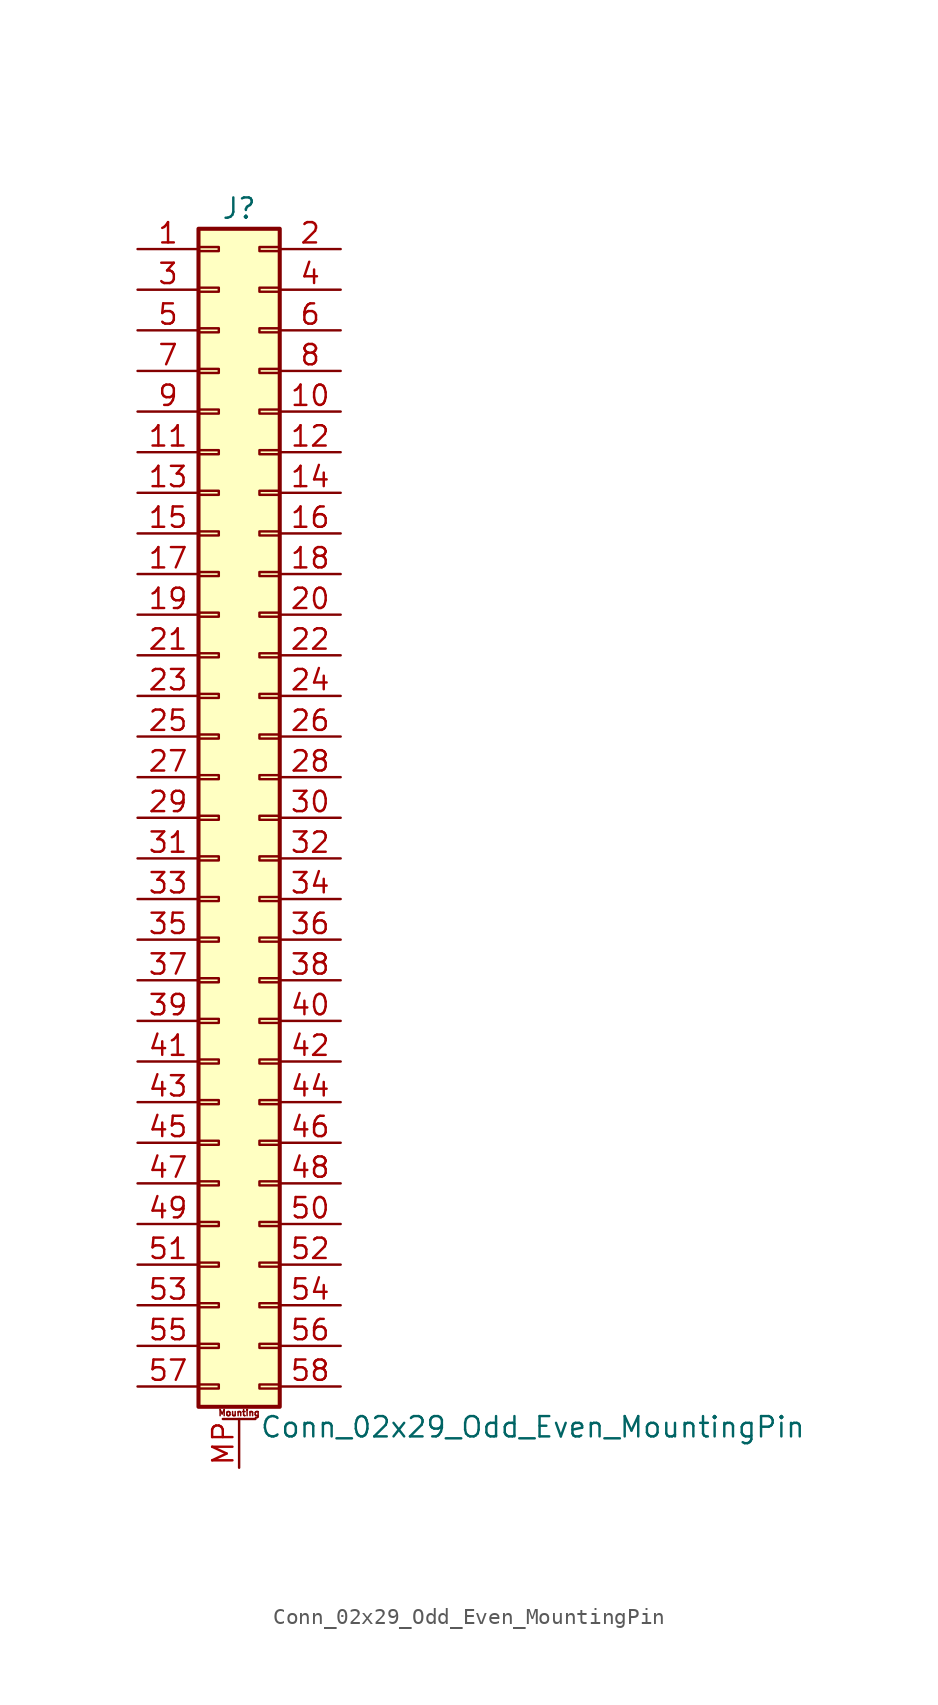
<source format=kicad_sym>
(kicad_symbol_lib
  (version 20201005)
  (generator kicad_symbol_editor)
  (symbol "Conn_02x29_Odd_Even_MountingPin"
    (pin_names
      (offset 1.016) hide)
    (property "Reference" "J"
      (at 1.27 38.1 0)
      (effects (font (size 1.27 1.27))))
    (property "Value" "Conn_02x29_Odd_Even_MountingPin"
      (at 2.54 -38.1 0)
      (effects (font (size 1.27 1.27)) (justify left)))
    (symbol "Conn_02x29_Odd_Even_MountingPin_1_1"
      (text "Mounting" (at 1.27 -37.211 0) (effects (font (size 0.381 0.381))))
      (rectangle (start -1.27 -35.433) (end 0 -35.687) (stroke (width 0.152)) (fill (type none)))
      (rectangle (start -1.27 -32.893) (end 0 -33.147) (stroke (width 0.152)) (fill (type none)))
      (rectangle (start -1.27 -30.353) (end 0 -30.607) (stroke (width 0.152)) (fill (type none)))
      (rectangle (start -1.27 -27.813) (end 0 -28.067) (stroke (width 0.152)) (fill (type none)))
      (rectangle (start -1.27 -25.273) (end 0 -25.527) (stroke (width 0.152)) (fill (type none)))
      (rectangle (start -1.27 -22.733) (end 0 -22.987) (stroke (width 0.152)) (fill (type none)))
      (rectangle (start -1.27 -20.193) (end 0 -20.447) (stroke (width 0.152)) (fill (type none)))
      (rectangle (start -1.27 -17.653) (end 0 -17.907) (stroke (width 0.152)) (fill (type none)))
      (rectangle (start -1.27 -15.113) (end 0 -15.367) (stroke (width 0.152)) (fill (type none)))
      (rectangle (start -1.27 -12.573) (end 0 -12.827) (stroke (width 0.152)) (fill (type none)))
      (rectangle (start -1.27 -10.033) (end 0 -10.287) (stroke (width 0.152)) (fill (type none)))
      (rectangle (start -1.27 -7.493) (end 0 -7.747) (stroke (width 0.152)) (fill (type none)))
      (rectangle (start -1.27 -4.953) (end 0 -5.207) (stroke (width 0.152)) (fill (type none)))
      (rectangle (start -1.27 -2.413) (end 0 -2.667) (stroke (width 0.152)) (fill (type none)))
      (rectangle (start -1.27 0.127) (end 0 -0.127) (stroke (width 0.152)) (fill (type none)))
      (rectangle (start -1.27 2.667) (end 0 2.413) (stroke (width 0.152)) (fill (type none)))
      (rectangle (start -1.27 5.207) (end 0 4.953) (stroke (width 0.152)) (fill (type none)))
      (rectangle (start -1.27 7.747) (end 0 7.493) (stroke (width 0.152)) (fill (type none)))
      (rectangle (start -1.27 10.287) (end 0 10.033) (stroke (width 0.152)) (fill (type none)))
      (rectangle (start -1.27 12.827) (end 0 12.573) (stroke (width 0.152)) (fill (type none)))
      (rectangle (start -1.27 15.367) (end 0 15.113) (stroke (width 0.152)) (fill (type none)))
      (rectangle (start -1.27 17.907) (end 0 17.653) (stroke (width 0.152)) (fill (type none)))
      (rectangle (start -1.27 20.447) (end 0 20.193) (stroke (width 0.152)) (fill (type none)))
      (rectangle (start -1.27 22.987) (end 0 22.733) (stroke (width 0.152)) (fill (type none)))
      (rectangle (start -1.27 25.527) (end 0 25.273) (stroke (width 0.152)) (fill (type none)))
      (rectangle (start -1.27 28.067) (end 0 27.813) (stroke (width 0.152)) (fill (type none)))
      (rectangle (start -1.27 30.607) (end 0 30.353) (stroke (width 0.152)) (fill (type none)))
      (rectangle (start -1.27 33.147) (end 0 32.893) (stroke (width 0.152)) (fill (type none)))
      (rectangle (start -1.27 35.687) (end 0 35.433) (stroke (width 0.152)) (fill (type none)))
      (rectangle (start -1.27 36.83) (end 3.81 -36.83) (stroke (width 0.254)) (fill (type background)))
      (rectangle (start 3.81 -35.433) (end 2.54 -35.687) (stroke (width 0.152)) (fill (type none)))
      (rectangle (start 3.81 -32.893) (end 2.54 -33.147) (stroke (width 0.152)) (fill (type none)))
      (rectangle (start 3.81 -30.353) (end 2.54 -30.607) (stroke (width 0.152)) (fill (type none)))
      (rectangle (start 3.81 -27.813) (end 2.54 -28.067) (stroke (width 0.152)) (fill (type none)))
      (rectangle (start 3.81 -25.273) (end 2.54 -25.527) (stroke (width 0.152)) (fill (type none)))
      (rectangle (start 3.81 -22.733) (end 2.54 -22.987) (stroke (width 0.152)) (fill (type none)))
      (rectangle (start 3.81 -20.193) (end 2.54 -20.447) (stroke (width 0.152)) (fill (type none)))
      (rectangle (start 3.81 -17.653) (end 2.54 -17.907) (stroke (width 0.152)) (fill (type none)))
      (rectangle (start 3.81 -15.113) (end 2.54 -15.367) (stroke (width 0.152)) (fill (type none)))
      (rectangle (start 3.81 -12.573) (end 2.54 -12.827) (stroke (width 0.152)) (fill (type none)))
      (rectangle (start 3.81 -10.033) (end 2.54 -10.287) (stroke (width 0.152)) (fill (type none)))
      (rectangle (start 3.81 -7.493) (end 2.54 -7.747) (stroke (width 0.152)) (fill (type none)))
      (rectangle (start 3.81 -4.953) (end 2.54 -5.207) (stroke (width 0.152)) (fill (type none)))
      (rectangle (start 3.81 -2.413) (end 2.54 -2.667) (stroke (width 0.152)) (fill (type none)))
      (rectangle (start 3.81 0.127) (end 2.54 -0.127) (stroke (width 0.152)) (fill (type none)))
      (rectangle (start 3.81 2.667) (end 2.54 2.413) (stroke (width 0.152)) (fill (type none)))
      (rectangle (start 3.81 5.207) (end 2.54 4.953) (stroke (width 0.152)) (fill (type none)))
      (rectangle (start 3.81 7.747) (end 2.54 7.493) (stroke (width 0.152)) (fill (type none)))
      (rectangle (start 3.81 10.287) (end 2.54 10.033) (stroke (width 0.152)) (fill (type none)))
      (rectangle (start 3.81 12.827) (end 2.54 12.573) (stroke (width 0.152)) (fill (type none)))
      (rectangle (start 3.81 15.367) (end 2.54 15.113) (stroke (width 0.152)) (fill (type none)))
      (rectangle (start 3.81 17.907) (end 2.54 17.653) (stroke (width 0.152)) (fill (type none)))
      (rectangle (start 3.81 20.447) (end 2.54 20.193) (stroke (width 0.152)) (fill (type none)))
      (rectangle (start 3.81 22.987) (end 2.54 22.733) (stroke (width 0.152)) (fill (type none)))
      (rectangle (start 3.81 25.527) (end 2.54 25.273) (stroke (width 0.152)) (fill (type none)))
      (rectangle (start 3.81 28.067) (end 2.54 27.813) (stroke (width 0.152)) (fill (type none)))
      (rectangle (start 3.81 30.607) (end 2.54 30.353) (stroke (width 0.152)) (fill (type none)))
      (rectangle (start 3.81 33.147) (end 2.54 32.893) (stroke (width 0.152)) (fill (type none)))
      (rectangle (start 3.81 35.687) (end 2.54 35.433) (stroke (width 0.152)) (fill (type none)))
      (polyline (pts (xy 0.254 -37.592) (xy 2.286 -37.592)) (stroke (width 0.152)) (fill (type none)))
      (pin passive line (at -5.08 35.56 0) (length 3.81) (name "Pin_1" (effects (font (size 1.27 1.27)))) (number "1" (effects (font (size 1.27 1.27)))))
      (pin passive line (at 7.62 25.4 180) (length 3.81) (name "Pin_10" (effects (font (size 1.27 1.27)))) (number "10" (effects (font (size 1.27 1.27)))))
      (pin passive line (at -5.08 22.86 0) (length 3.81) (name "Pin_11" (effects (font (size 1.27 1.27)))) (number "11" (effects (font (size 1.27 1.27)))))
      (pin passive line (at 7.62 22.86 180) (length 3.81) (name "Pin_12" (effects (font (size 1.27 1.27)))) (number "12" (effects (font (size 1.27 1.27)))))
      (pin passive line (at -5.08 20.32 0) (length 3.81) (name "Pin_13" (effects (font (size 1.27 1.27)))) (number "13" (effects (font (size 1.27 1.27)))))
      (pin passive line (at 7.62 20.32 180) (length 3.81) (name "Pin_14" (effects (font (size 1.27 1.27)))) (number "14" (effects (font (size 1.27 1.27)))))
      (pin passive line (at -5.08 17.78 0) (length 3.81) (name "Pin_15" (effects (font (size 1.27 1.27)))) (number "15" (effects (font (size 1.27 1.27)))))
      (pin passive line (at 7.62 17.78 180) (length 3.81) (name "Pin_16" (effects (font (size 1.27 1.27)))) (number "16" (effects (font (size 1.27 1.27)))))
      (pin passive line (at -5.08 15.24 0) (length 3.81) (name "Pin_17" (effects (font (size 1.27 1.27)))) (number "17" (effects (font (size 1.27 1.27)))))
      (pin passive line (at 7.62 15.24 180) (length 3.81) (name "Pin_18" (effects (font (size 1.27 1.27)))) (number "18" (effects (font (size 1.27 1.27)))))
      (pin passive line (at -5.08 12.7 0) (length 3.81) (name "Pin_19" (effects (font (size 1.27 1.27)))) (number "19" (effects (font (size 1.27 1.27)))))
      (pin passive line (at 7.62 35.56 180) (length 3.81) (name "Pin_2" (effects (font (size 1.27 1.27)))) (number "2" (effects (font (size 1.27 1.27)))))
      (pin passive line (at 7.62 12.7 180) (length 3.81) (name "Pin_20" (effects (font (size 1.27 1.27)))) (number "20" (effects (font (size 1.27 1.27)))))
      (pin passive line (at -5.08 10.16 0) (length 3.81) (name "Pin_21" (effects (font (size 1.27 1.27)))) (number "21" (effects (font (size 1.27 1.27)))))
      (pin passive line (at 7.62 10.16 180) (length 3.81) (name "Pin_22" (effects (font (size 1.27 1.27)))) (number "22" (effects (font (size 1.27 1.27)))))
      (pin passive line (at -5.08 7.62 0) (length 3.81) (name "Pin_23" (effects (font (size 1.27 1.27)))) (number "23" (effects (font (size 1.27 1.27)))))
      (pin passive line (at 7.62 7.62 180) (length 3.81) (name "Pin_24" (effects (font (size 1.27 1.27)))) (number "24" (effects (font (size 1.27 1.27)))))
      (pin passive line (at -5.08 5.08 0) (length 3.81) (name "Pin_25" (effects (font (size 1.27 1.27)))) (number "25" (effects (font (size 1.27 1.27)))))
      (pin passive line (at 7.62 5.08 180) (length 3.81) (name "Pin_26" (effects (font (size 1.27 1.27)))) (number "26" (effects (font (size 1.27 1.27)))))
      (pin passive line (at -5.08 2.54 0) (length 3.81) (name "Pin_27" (effects (font (size 1.27 1.27)))) (number "27" (effects (font (size 1.27 1.27)))))
      (pin passive line (at 7.62 2.54 180) (length 3.81) (name "Pin_28" (effects (font (size 1.27 1.27)))) (number "28" (effects (font (size 1.27 1.27)))))
      (pin passive line (at -5.08 0 0) (length 3.81) (name "Pin_29" (effects (font (size 1.27 1.27)))) (number "29" (effects (font (size 1.27 1.27)))))
      (pin passive line (at -5.08 33.02 0) (length 3.81) (name "Pin_3" (effects (font (size 1.27 1.27)))) (number "3" (effects (font (size 1.27 1.27)))))
      (pin passive line (at 7.62 0 180) (length 3.81) (name "Pin_30" (effects (font (size 1.27 1.27)))) (number "30" (effects (font (size 1.27 1.27)))))
      (pin passive line (at -5.08 -2.54 0) (length 3.81) (name "Pin_31" (effects (font (size 1.27 1.27)))) (number "31" (effects (font (size 1.27 1.27)))))
      (pin passive line (at 7.62 -2.54 180) (length 3.81) (name "Pin_32" (effects (font (size 1.27 1.27)))) (number "32" (effects (font (size 1.27 1.27)))))
      (pin passive line (at -5.08 -5.08 0) (length 3.81) (name "Pin_33" (effects (font (size 1.27 1.27)))) (number "33" (effects (font (size 1.27 1.27)))))
      (pin passive line (at 7.62 -5.08 180) (length 3.81) (name "Pin_34" (effects (font (size 1.27 1.27)))) (number "34" (effects (font (size 1.27 1.27)))))
      (pin passive line (at -5.08 -7.62 0) (length 3.81) (name "Pin_35" (effects (font (size 1.27 1.27)))) (number "35" (effects (font (size 1.27 1.27)))))
      (pin passive line (at 7.62 -7.62 180) (length 3.81) (name "Pin_36" (effects (font (size 1.27 1.27)))) (number "36" (effects (font (size 1.27 1.27)))))
      (pin passive line (at -5.08 -10.16 0) (length 3.81) (name "Pin_37" (effects (font (size 1.27 1.27)))) (number "37" (effects (font (size 1.27 1.27)))))
      (pin passive line (at 7.62 -10.16 180) (length 3.81) (name "Pin_38" (effects (font (size 1.27 1.27)))) (number "38" (effects (font (size 1.27 1.27)))))
      (pin passive line (at -5.08 -12.7 0) (length 3.81) (name "Pin_39" (effects (font (size 1.27 1.27)))) (number "39" (effects (font (size 1.27 1.27)))))
      (pin passive line (at 7.62 33.02 180) (length 3.81) (name "Pin_4" (effects (font (size 1.27 1.27)))) (number "4" (effects (font (size 1.27 1.27)))))
      (pin passive line (at 7.62 -12.7 180) (length 3.81) (name "Pin_40" (effects (font (size 1.27 1.27)))) (number "40" (effects (font (size 1.27 1.27)))))
      (pin passive line (at -5.08 -15.24 0) (length 3.81) (name "Pin_41" (effects (font (size 1.27 1.27)))) (number "41" (effects (font (size 1.27 1.27)))))
      (pin passive line (at 7.62 -15.24 180) (length 3.81) (name "Pin_42" (effects (font (size 1.27 1.27)))) (number "42" (effects (font (size 1.27 1.27)))))
      (pin passive line (at -5.08 -17.78 0) (length 3.81) (name "Pin_43" (effects (font (size 1.27 1.27)))) (number "43" (effects (font (size 1.27 1.27)))))
      (pin passive line (at 7.62 -17.78 180) (length 3.81) (name "Pin_44" (effects (font (size 1.27 1.27)))) (number "44" (effects (font (size 1.27 1.27)))))
      (pin passive line (at -5.08 -20.32 0) (length 3.81) (name "Pin_45" (effects (font (size 1.27 1.27)))) (number "45" (effects (font (size 1.27 1.27)))))
      (pin passive line (at 7.62 -20.32 180) (length 3.81) (name "Pin_46" (effects (font (size 1.27 1.27)))) (number "46" (effects (font (size 1.27 1.27)))))
      (pin passive line (at -5.08 -22.86 0) (length 3.81) (name "Pin_47" (effects (font (size 1.27 1.27)))) (number "47" (effects (font (size 1.27 1.27)))))
      (pin passive line (at 7.62 -22.86 180) (length 3.81) (name "Pin_48" (effects (font (size 1.27 1.27)))) (number "48" (effects (font (size 1.27 1.27)))))
      (pin passive line (at -5.08 -25.4 0) (length 3.81) (name "Pin_49" (effects (font (size 1.27 1.27)))) (number "49" (effects (font (size 1.27 1.27)))))
      (pin passive line (at -5.08 30.48 0) (length 3.81) (name "Pin_5" (effects (font (size 1.27 1.27)))) (number "5" (effects (font (size 1.27 1.27)))))
      (pin passive line (at 7.62 -25.4 180) (length 3.81) (name "Pin_50" (effects (font (size 1.27 1.27)))) (number "50" (effects (font (size 1.27 1.27)))))
      (pin passive line (at -5.08 -27.94 0) (length 3.81) (name "Pin_51" (effects (font (size 1.27 1.27)))) (number "51" (effects (font (size 1.27 1.27)))))
      (pin passive line (at 7.62 -27.94 180) (length 3.81) (name "Pin_52" (effects (font (size 1.27 1.27)))) (number "52" (effects (font (size 1.27 1.27)))))
      (pin passive line (at -5.08 -30.48 0) (length 3.81) (name "Pin_53" (effects (font (size 1.27 1.27)))) (number "53" (effects (font (size 1.27 1.27)))))
      (pin passive line (at 7.62 -30.48 180) (length 3.81) (name "Pin_54" (effects (font (size 1.27 1.27)))) (number "54" (effects (font (size 1.27 1.27)))))
      (pin passive line (at -5.08 -33.02 0) (length 3.81) (name "Pin_55" (effects (font (size 1.27 1.27)))) (number "55" (effects (font (size 1.27 1.27)))))
      (pin passive line (at 7.62 -33.02 180) (length 3.81) (name "Pin_56" (effects (font (size 1.27 1.27)))) (number "56" (effects (font (size 1.27 1.27)))))
      (pin passive line (at -5.08 -35.56 0) (length 3.81) (name "Pin_57" (effects (font (size 1.27 1.27)))) (number "57" (effects (font (size 1.27 1.27)))))
      (pin passive line (at 7.62 -35.56 180) (length 3.81) (name "Pin_58" (effects (font (size 1.27 1.27)))) (number "58" (effects (font (size 1.27 1.27)))))
      (pin passive line (at 7.62 30.48 180) (length 3.81) (name "Pin_6" (effects (font (size 1.27 1.27)))) (number "6" (effects (font (size 1.27 1.27)))))
      (pin passive line (at -5.08 27.94 0) (length 3.81) (name "Pin_7" (effects (font (size 1.27 1.27)))) (number "7" (effects (font (size 1.27 1.27)))))
      (pin passive line (at 7.62 27.94 180) (length 3.81) (name "Pin_8" (effects (font (size 1.27 1.27)))) (number "8" (effects (font (size 1.27 1.27)))))
      (pin passive line (at -5.08 25.4 0) (length 3.81) (name "Pin_9" (effects (font (size 1.27 1.27)))) (number "9" (effects (font (size 1.27 1.27)))))
      (pin passive line (at 1.27 -40.64 90) (length 3.048) (name "MountPin" (effects (font (size 1.27 1.27)))) (number "MP" (effects (font (size 1.27 1.27))))))))
</source>
